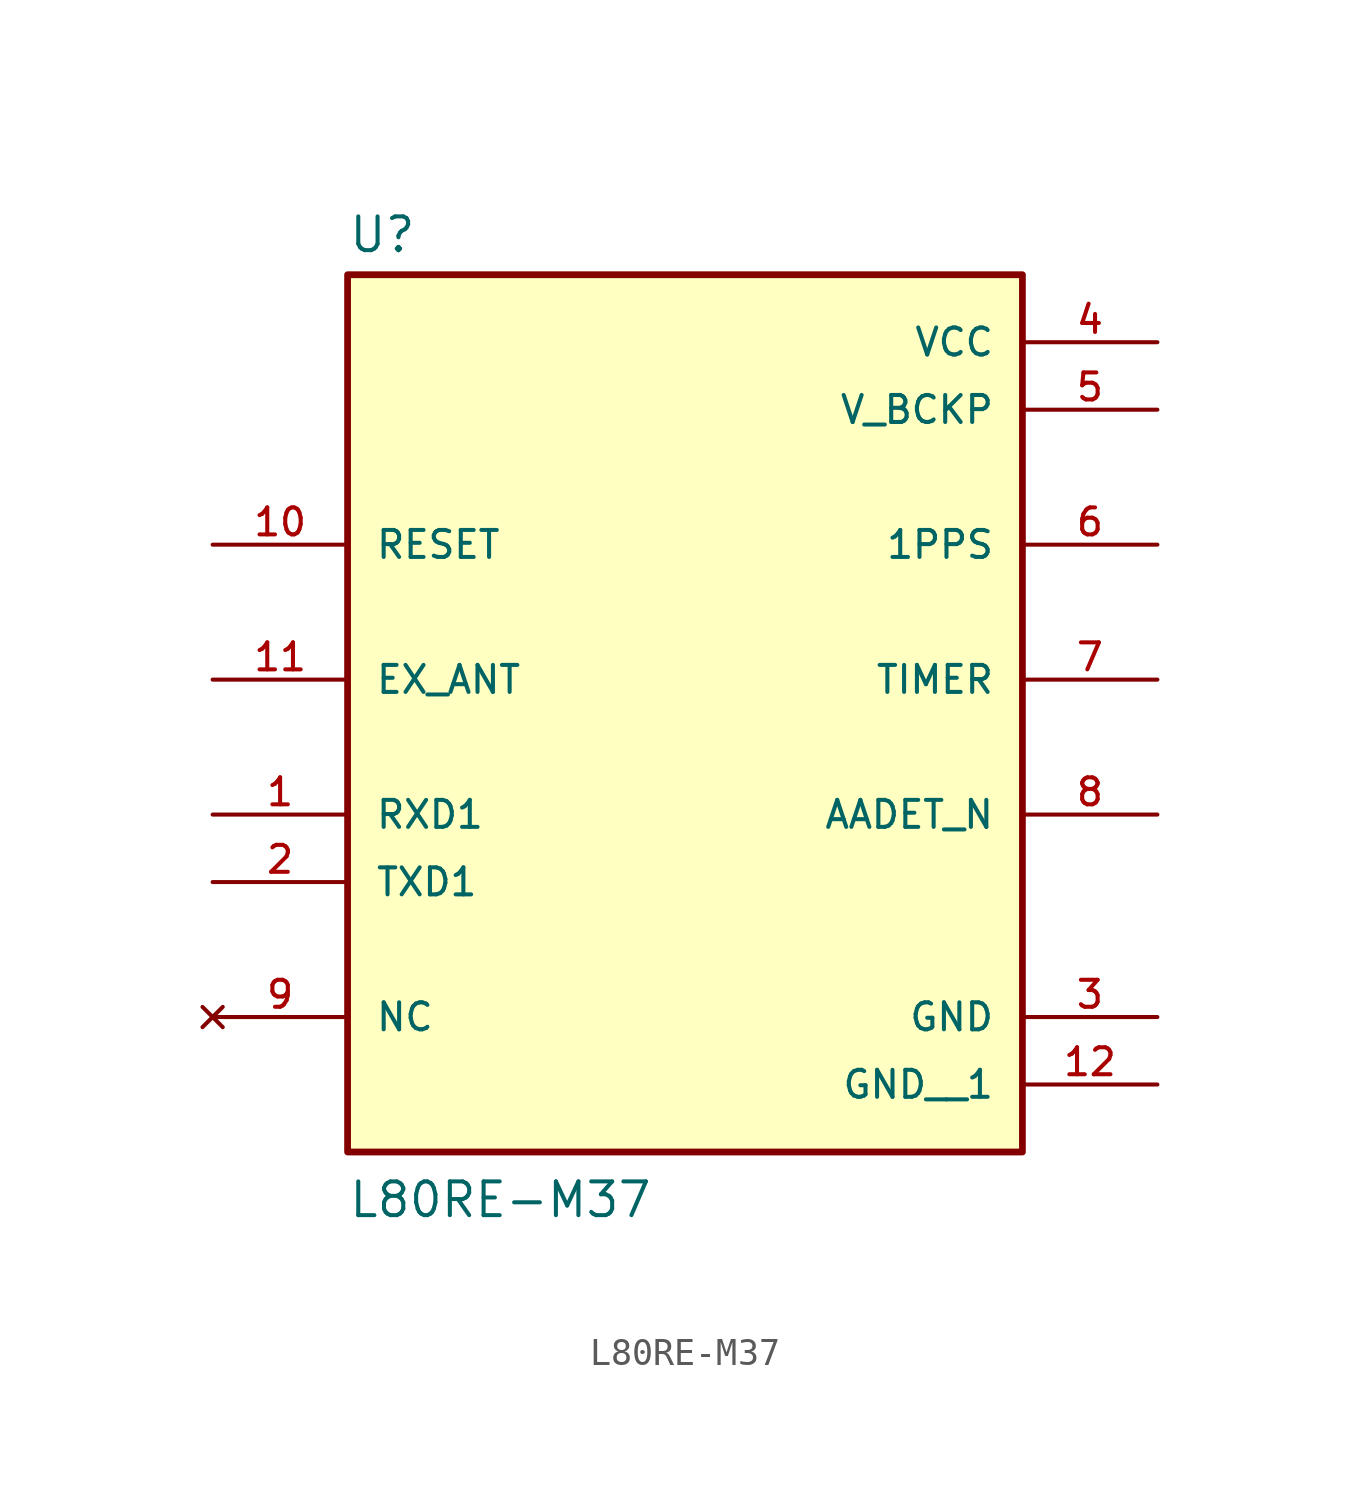
<source format=kicad_sym>
(kicad_symbol_lib
  (version 20211014)
  (generator kicad_symbol_editor)
  (symbol "L80RE-M37"
    (pin_names
      (offset 1.016))
    (property "Reference" "U"
      (at -12.7 16.002 0)
      (effects (font (size 1.27 1.27)) (justify bottom left)))
    (property "Value" "L80RE-M37"
      (at -12.7 -20.32 0)
      (effects (font (size 1.27 1.27)) (justify bottom left)))
    (symbol "L80RE-M37_0_0"
      (rectangle (start -12.7 -17.78) (end 12.7 15.24) (stroke (width 0.254)) (fill (type background)))
      (pin power_in line (at 17.78 12.7 180.0) (length 5.08) (name "VCC" (effects (font (size 1.016 1.016)))) (number "4" (effects (font (size 1.016 1.016)))))
      (pin power_in line (at 17.78 10.16 180.0) (length 5.08) (name "V_BCKP" (effects (font (size 1.016 1.016)))) (number "5" (effects (font (size 1.016 1.016)))))
      (pin input line (at -17.78 5.08 0) (length 5.08) (name "RESET" (effects (font (size 1.016 1.016)))) (number "10" (effects (font (size 1.016 1.016)))))
      (pin input line (at -17.78 -5.08 0) (length 5.08) (name "RXD1" (effects (font (size 1.016 1.016)))) (number "1" (effects (font (size 1.016 1.016)))))
      (pin output line (at -17.78 -7.62 0) (length 5.08) (name "TXD1" (effects (font (size 1.016 1.016)))) (number "2" (effects (font (size 1.016 1.016)))))
      (pin input line (at -17.78 0.0 0) (length 5.08) (name "EX_ANT" (effects (font (size 1.016 1.016)))) (number "11" (effects (font (size 1.016 1.016)))))
      (pin output line (at 17.78 5.08 180.0) (length 5.08) (name "1PPS" (effects (font (size 1.016 1.016)))) (number "6" (effects (font (size 1.016 1.016)))))
      (pin output line (at 17.78 0.0 180.0) (length 5.08) (name "TIMER" (effects (font (size 1.016 1.016)))) (number "7" (effects (font (size 1.016 1.016)))))
      (pin bidirectional line (at 17.78 -5.08 180.0) (length 5.08) (name "AADET_N" (effects (font (size 1.016 1.016)))) (number "8" (effects (font (size 1.016 1.016)))))
      (pin power_in line (at 17.78 -12.7 180.0) (length 5.08) (name "GND" (effects (font (size 1.016 1.016)))) (number "3" (effects (font (size 1.016 1.016)))))
      (pin no_connect line (at -17.78 -12.7 0) (length 5.08) (name "NC" (effects (font (size 1.016 1.016)))) (number "9" (effects (font (size 1.016 1.016)))))
      (pin power_in line (at 17.78 -15.24 180.0) (length 5.08) (name "GND__1" (effects (font (size 1.016 1.016)))) (number "12" (effects (font (size 1.016 1.016))))))))
</source>
